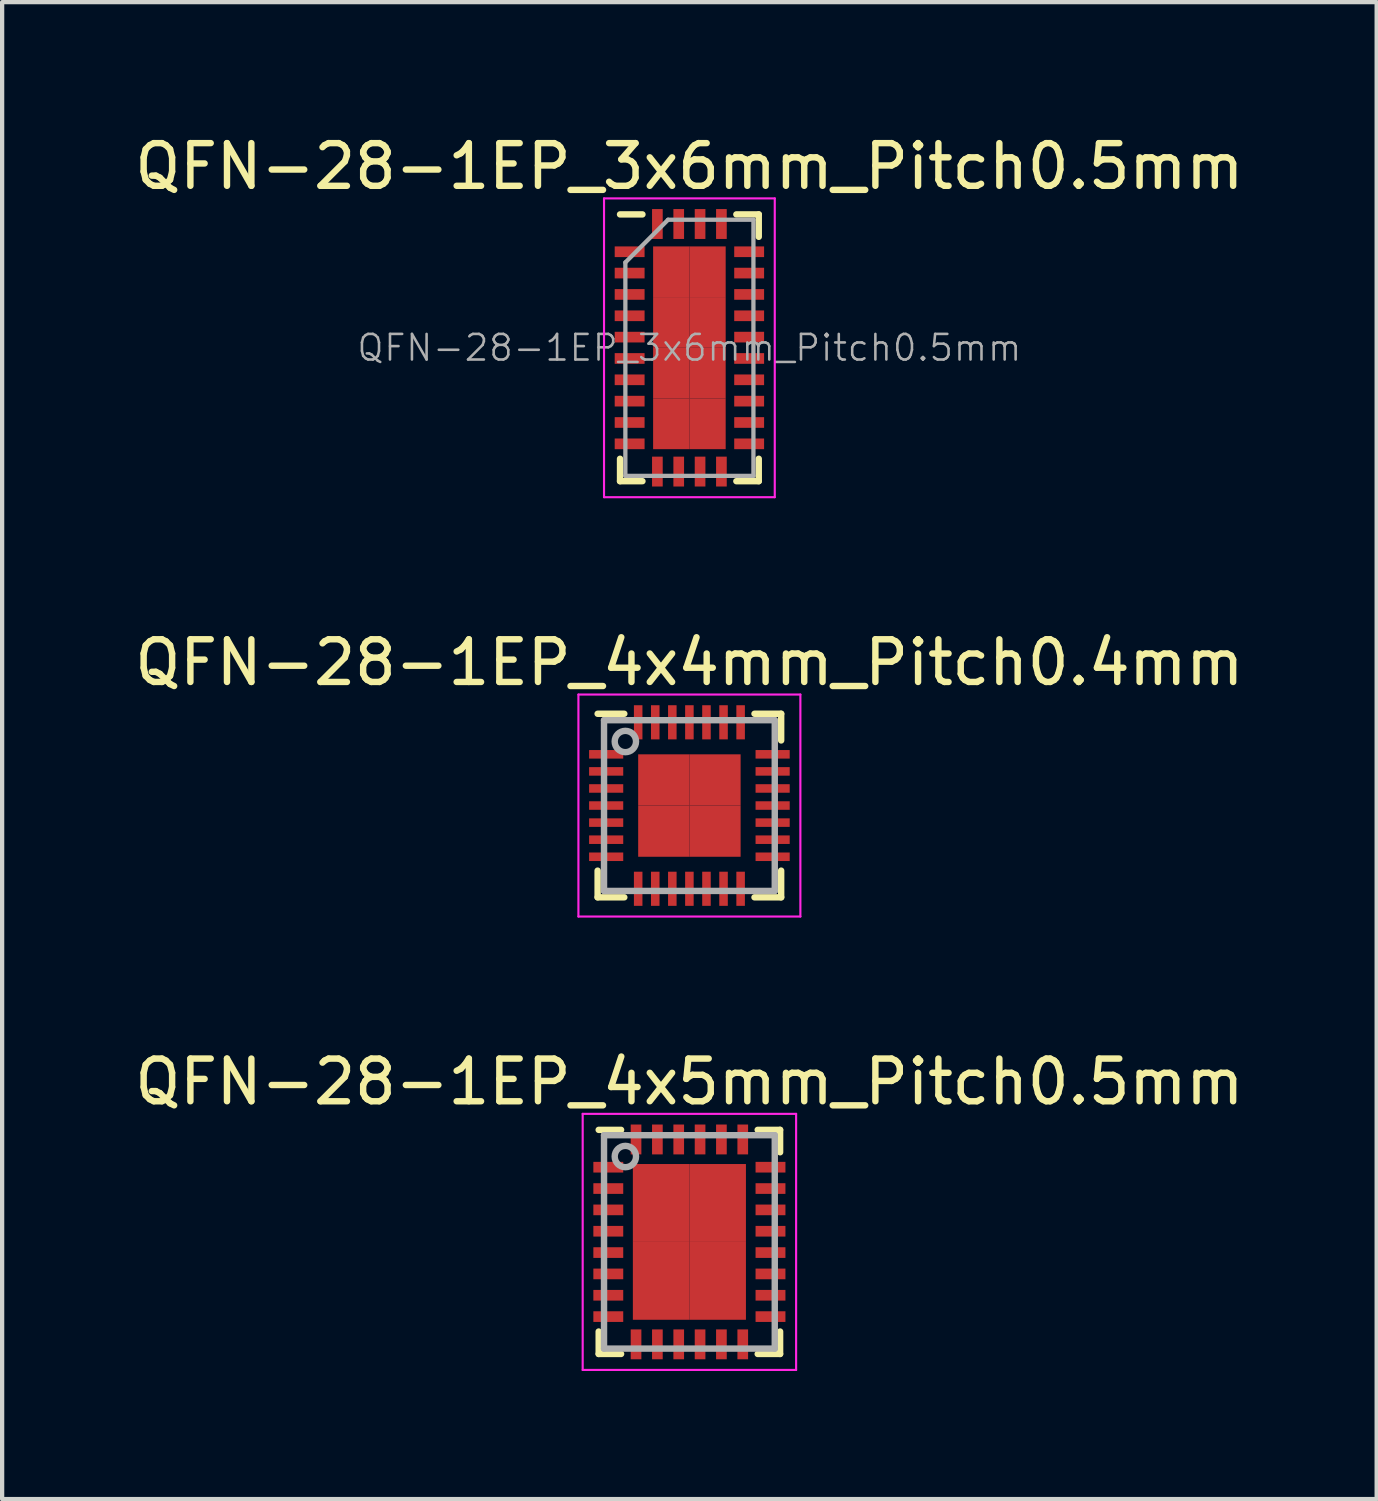
<source format=kicad_pcb>
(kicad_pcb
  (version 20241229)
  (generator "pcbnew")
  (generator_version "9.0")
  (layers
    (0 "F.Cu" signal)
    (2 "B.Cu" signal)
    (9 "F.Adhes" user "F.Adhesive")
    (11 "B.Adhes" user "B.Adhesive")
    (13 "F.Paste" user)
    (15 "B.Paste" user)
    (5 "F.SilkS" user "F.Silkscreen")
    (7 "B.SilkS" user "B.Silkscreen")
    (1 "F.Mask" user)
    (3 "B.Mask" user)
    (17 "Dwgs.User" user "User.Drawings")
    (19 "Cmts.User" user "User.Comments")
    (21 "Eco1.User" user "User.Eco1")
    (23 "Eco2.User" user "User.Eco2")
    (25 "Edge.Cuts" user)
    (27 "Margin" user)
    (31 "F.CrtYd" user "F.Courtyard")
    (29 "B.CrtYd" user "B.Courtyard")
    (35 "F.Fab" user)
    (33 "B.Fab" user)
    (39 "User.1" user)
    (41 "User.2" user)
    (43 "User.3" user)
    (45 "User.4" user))
  (footprint "QFN-28-1EP_4x5mm_Pitch0.5mm"
    (layer "F.Cu")
    (at 13.101 26.045)
    (property "Reference" "QFN-28-1EP_4x5mm_Pitch0.5mm" (at 0 -3.75 0) (layer "F.SilkS") (effects (font (size 1 1) (thickness 0.15))))
    (attr smd)
    (fp_line (start -2.125 -2.625) (end -1.6 -2.625) (stroke (width 0.15) (type solid)) (layer "F.SilkS"))
    (fp_line (start -2.125 2.625) (end -2.125 2.1) (stroke (width 0.15) (type solid)) (layer "F.SilkS"))
    (fp_line (start -2.125 2.625) (end -1.6 2.625) (stroke (width 0.15) (type solid)) (layer "F.SilkS"))
    (fp_line (start 2.125 -2.625) (end 1.6 -2.625) (stroke (width 0.15) (type solid)) (layer "F.SilkS"))
    (fp_line (start 2.125 -2.625) (end 2.125 -2.1) (stroke (width 0.15) (type solid)) (layer "F.SilkS"))
    (fp_line (start 2.125 2.625) (end 1.6 2.625) (stroke (width 0.15) (type solid)) (layer "F.SilkS"))
    (fp_line (start 2.125 2.625) (end 2.125 2.1) (stroke (width 0.15) (type solid)) (layer "F.SilkS"))
    (fp_line (start -2.5 -3) (end -2.5 3) (stroke (width 0.05) (type solid)) (layer "F.CrtYd"))
    (fp_line (start -2.5 -3) (end 2.5 -3) (stroke (width 0.05) (type solid)) (layer "F.CrtYd"))
    (fp_line (start -2.5 3) (end 2.5 3) (stroke (width 0.05) (type solid)) (layer "F.CrtYd"))
    (fp_line (start 2.5 -3) (end 2.5 3) (stroke (width 0.05) (type solid)) (layer "F.CrtYd"))
    (fp_line (start -2 -2.5) (end 2 -2.5) (stroke (width 0.15) (type solid)) (layer "F.Fab"))
    (fp_line (start -2 2.5) (end -2 -2.5) (stroke (width 0.15) (type solid)) (layer "F.Fab"))
    (fp_line (start 2 -2.5) (end 2 2.5) (stroke (width 0.15) (type solid)) (layer "F.Fab"))
    (fp_line (start 2 2.5) (end -2 2.5) (stroke (width 0.15) (type solid)) (layer "F.Fab"))
    (fp_circle (center -1.5 -2) (end -1.75 -2) (stroke (width 0.15) (type solid)) (fill no) (layer "F.Fab"))
    (pad "1" smd rect (at -1.9 -1.75) (size 0.7 0.25) (layers "F.Cu" "F.Mask" "F.Paste"))
    (pad "2" smd rect (at -1.9 -1.25) (size 0.7 0.25) (layers "F.Cu" "F.Mask" "F.Paste"))
    (pad "3" smd rect (at -1.9 -0.75) (size 0.7 0.25) (layers "F.Cu" "F.Mask" "F.Paste"))
    (pad "4" smd rect (at -1.9 -0.25) (size 0.7 0.25) (layers "F.Cu" "F.Mask" "F.Paste"))
    (pad "5" smd rect (at -1.9 0.25) (size 0.7 0.25) (layers "F.Cu" "F.Mask" "F.Paste"))
    (pad "6" smd rect (at -1.9 0.75) (size 0.7 0.25) (layers "F.Cu" "F.Mask" "F.Paste"))
    (pad "7" smd rect (at -1.9 1.25) (size 0.7 0.25) (layers "F.Cu" "F.Mask" "F.Paste"))
    (pad "8" smd rect (at -1.9 1.75) (size 0.7 0.25) (layers "F.Cu" "F.Mask" "F.Paste"))
    (pad "9" smd rect (at -1.25 2.4 90) (size 0.7 0.25) (layers "F.Cu" "F.Mask" "F.Paste"))
    (pad "10" smd rect (at -0.75 2.4 90) (size 0.7 0.25) (layers "F.Cu" "F.Mask" "F.Paste"))
    (pad "11" smd rect (at -0.25 2.4 90) (size 0.7 0.25) (layers "F.Cu" "F.Mask" "F.Paste"))
    (pad "12" smd rect (at 0.25 2.4 90) (size 0.7 0.25) (layers "F.Cu" "F.Mask" "F.Paste"))
    (pad "13" smd rect (at 0.75 2.4 90) (size 0.7 0.25) (layers "F.Cu" "F.Mask" "F.Paste"))
    (pad "14" smd rect (at 1.25 2.4 90) (size 0.7 0.25) (layers "F.Cu" "F.Mask" "F.Paste"))
    (pad "15" smd rect (at 1.9 1.75) (size 0.7 0.25) (layers "F.Cu" "F.Mask" "F.Paste"))
    (pad "16" smd rect (at 1.9 1.25) (size 0.7 0.25) (layers "F.Cu" "F.Mask" "F.Paste"))
    (pad "17" smd rect (at 1.9 0.75) (size 0.7 0.25) (layers "F.Cu" "F.Mask" "F.Paste"))
    (pad "18" smd rect (at 1.9 0.25) (size 0.7 0.25) (layers "F.Cu" "F.Mask" "F.Paste"))
    (pad "19" smd rect (at 1.9 -0.25) (size 0.7 0.25) (layers "F.Cu" "F.Mask" "F.Paste"))
    (pad "20" smd rect (at 1.9 -0.75) (size 0.7 0.25) (layers "F.Cu" "F.Mask" "F.Paste"))
    (pad "21" smd rect (at 1.9 -1.25) (size 0.7 0.25) (layers "F.Cu" "F.Mask" "F.Paste"))
    (pad "22" smd rect (at 1.9 -1.75) (size 0.7 0.25) (layers "F.Cu" "F.Mask" "F.Paste"))
    (pad "23" smd rect (at 1.25 -2.4 90) (size 0.7 0.25) (layers "F.Cu" "F.Mask" "F.Paste"))
    (pad "24" smd rect (at 0.75 -2.4 90) (size 0.7 0.25) (layers "F.Cu" "F.Mask" "F.Paste"))
    (pad "25" smd rect (at 0.25 -2.4 90) (size 0.7 0.25) (layers "F.Cu" "F.Mask" "F.Paste"))
    (pad "26" smd rect (at -0.25 -2.4 90) (size 0.7 0.25) (layers "F.Cu" "F.Mask" "F.Paste"))
    (pad "27" smd rect (at -0.75 -2.4 90) (size 0.7 0.25) (layers "F.Cu" "F.Mask" "F.Paste"))
    (pad "28" smd rect (at -1.25 -2.4 90) (size 0.7 0.25) (layers "F.Cu" "F.Mask" "F.Paste"))
    (pad "29" smd rect (at -0.662 -0.912) (size 1.325 1.825) (layers "F.Cu" "F.Mask" "F.Paste"))
    (pad "29" smd rect (at -0.662 0.912) (size 1.325 1.825) (layers "F.Cu" "F.Mask" "F.Paste"))
    (pad "29" smd rect (at 0.662 -0.912) (size 1.325 1.825) (layers "F.Cu" "F.Mask" "F.Paste"))
    (pad "29" smd rect (at 0.662 0.912) (size 1.325 1.825) (layers "F.Cu" "F.Mask" "F.Paste")))
  (footprint "QFN-28-1EP_3x6mm_Pitch0.5mm"
    (layer "F.Cu")
    (at 13.101 5.098)
    (property "Reference" "QFN-28-1EP_3x6mm_Pitch0.5mm" (at 0 -4.25 0) (layer "F.SilkS") (effects (font (size 1 1) (thickness 0.15))))
    (attr smd)
    (fp_line (start -1.625 -3.125) (end -1.1 -3.125) (stroke (width 0.15) (type solid)) (layer "F.SilkS"))
    (fp_line (start -1.625 3.125) (end -1.625 2.6) (stroke (width 0.15) (type solid)) (layer "F.SilkS"))
    (fp_line (start -1.625 3.125) (end -1.1 3.125) (stroke (width 0.15) (type solid)) (layer "F.SilkS"))
    (fp_line (start 1.625 -3.125) (end 1.1 -3.125) (stroke (width 0.15) (type solid)) (layer "F.SilkS"))
    (fp_line (start 1.625 -3.125) (end 1.625 -2.6) (stroke (width 0.15) (type solid)) (layer "F.SilkS"))
    (fp_line (start 1.625 3.125) (end 1.1 3.125) (stroke (width 0.15) (type solid)) (layer "F.SilkS"))
    (fp_line (start 1.625 3.125) (end 1.625 2.6) (stroke (width 0.15) (type solid)) (layer "F.SilkS"))
    (fp_line (start -2 -3.5) (end -2 3.5) (stroke (width 0.05) (type solid)) (layer "F.CrtYd"))
    (fp_line (start -2 -3.5) (end 2 -3.5) (stroke (width 0.05) (type solid)) (layer "F.CrtYd"))
    (fp_line (start -2 3.5) (end 2 3.5) (stroke (width 0.05) (type solid)) (layer "F.CrtYd"))
    (fp_line (start 2 -3.5) (end 2 3.5) (stroke (width 0.05) (type solid)) (layer "F.CrtYd"))
    (fp_line (start -1.5 -2) (end -0.5 -3) (stroke (width 0.1) (type solid)) (layer "F.Fab"))
    (fp_line (start -1.5 3) (end -1.5 -2) (stroke (width 0.1) (type solid)) (layer "F.Fab"))
    (fp_line (start -0.5 -3) (end 1.5 -3) (stroke (width 0.1) (type solid)) (layer "F.Fab"))
    (fp_line (start 1.5 -3) (end 1.5 3) (stroke (width 0.1) (type solid)) (layer "F.Fab"))
    (fp_line (start 1.5 3) (end -1.5 3) (stroke (width 0.1) (type solid)) (layer "F.Fab"))
    (fp_text user "${REFERENCE}" (at 0 0 0) (layer "F.Fab") (effects (font (size 0.6 0.6) (thickness 0.06))))
    (pad "1" smd rect (at -1.4 -2.25) (size 0.7 0.25) (layers "F.Cu" "F.Mask" "F.Paste"))
    (pad "2" smd rect (at -1.4 -1.75) (size 0.7 0.25) (layers "F.Cu" "F.Mask" "F.Paste"))
    (pad "3" smd rect (at -1.4 -1.25) (size 0.7 0.25) (layers "F.Cu" "F.Mask" "F.Paste"))
    (pad "4" smd rect (at -1.4 -0.75) (size 0.7 0.25) (layers "F.Cu" "F.Mask" "F.Paste"))
    (pad "5" smd rect (at -1.4 -0.25) (size 0.7 0.25) (layers "F.Cu" "F.Mask" "F.Paste"))
    (pad "6" smd rect (at -1.4 0.25) (size 0.7 0.25) (layers "F.Cu" "F.Mask" "F.Paste"))
    (pad "7" smd rect (at -1.4 0.75) (size 0.7 0.25) (layers "F.Cu" "F.Mask" "F.Paste"))
    (pad "8" smd rect (at -1.4 1.25) (size 0.7 0.25) (layers "F.Cu" "F.Mask" "F.Paste"))
    (pad "9" smd rect (at -1.4 1.75) (size 0.7 0.25) (layers "F.Cu" "F.Mask" "F.Paste"))
    (pad "10" smd rect (at -1.4 2.25) (size 0.7 0.25) (layers "F.Cu" "F.Mask" "F.Paste"))
    (pad "11" smd rect (at -0.75 2.9 90) (size 0.7 0.25) (layers "F.Cu" "F.Mask" "F.Paste"))
    (pad "12" smd rect (at -0.25 2.9 90) (size 0.7 0.25) (layers "F.Cu" "F.Mask" "F.Paste"))
    (pad "13" smd rect (at 0.25 2.9 90) (size 0.7 0.25) (layers "F.Cu" "F.Mask" "F.Paste"))
    (pad "14" smd rect (at 0.75 2.9 90) (size 0.7 0.25) (layers "F.Cu" "F.Mask" "F.Paste"))
    (pad "15" smd rect (at 1.4 2.25) (size 0.7 0.25) (layers "F.Cu" "F.Mask" "F.Paste"))
    (pad "16" smd rect (at 1.4 1.75) (size 0.7 0.25) (layers "F.Cu" "F.Mask" "F.Paste"))
    (pad "17" smd rect (at 1.4 1.25) (size 0.7 0.25) (layers "F.Cu" "F.Mask" "F.Paste"))
    (pad "18" smd rect (at 1.4 0.75) (size 0.7 0.25) (layers "F.Cu" "F.Mask" "F.Paste"))
    (pad "19" smd rect (at 1.4 0.25) (size 0.7 0.25) (layers "F.Cu" "F.Mask" "F.Paste"))
    (pad "20" smd rect (at 1.4 -0.25) (size 0.7 0.25) (layers "F.Cu" "F.Mask" "F.Paste"))
    (pad "21" smd rect (at 1.4 -0.75) (size 0.7 0.25) (layers "F.Cu" "F.Mask" "F.Paste"))
    (pad "22" smd rect (at 1.4 -1.25) (size 0.7 0.25) (layers "F.Cu" "F.Mask" "F.Paste"))
    (pad "23" smd rect (at 1.4 -1.75) (size 0.7 0.25) (layers "F.Cu" "F.Mask" "F.Paste"))
    (pad "24" smd rect (at 1.4 -2.25) (size 0.7 0.25) (layers "F.Cu" "F.Mask" "F.Paste"))
    (pad "25" smd rect (at 0.75 -2.9 90) (size 0.7 0.25) (layers "F.Cu" "F.Mask" "F.Paste"))
    (pad "26" smd rect (at 0.25 -2.9 90) (size 0.7 0.25) (layers "F.Cu" "F.Mask" "F.Paste"))
    (pad "27" smd rect (at -0.25 -2.9 90) (size 0.7 0.25) (layers "F.Cu" "F.Mask" "F.Paste"))
    (pad "28" smd rect (at -0.75 -2.9 90) (size 0.7 0.25) (layers "F.Cu" "F.Mask" "F.Paste"))
    (pad "29" smd rect (at -0.425 -1.781) (size 0.85 1.188) (layers "F.Cu" "F.Mask" "F.Paste"))
    (pad "29" smd rect (at -0.425 -0.594) (size 0.85 1.188) (layers "F.Cu" "F.Mask" "F.Paste"))
    (pad "29" smd rect (at -0.425 0.594) (size 0.85 1.188) (layers "F.Cu" "F.Mask" "F.Paste"))
    (pad "29" smd rect (at -0.425 1.781) (size 0.85 1.188) (layers "F.Cu" "F.Mask" "F.Paste"))
    (pad "29" smd rect (at 0.425 -1.781) (size 0.85 1.188) (layers "F.Cu" "F.Mask" "F.Paste"))
    (pad "29" smd rect (at 0.425 -0.594) (size 0.85 1.188) (layers "F.Cu" "F.Mask" "F.Paste"))
    (pad "29" smd rect (at 0.425 0.594) (size 0.85 1.188) (layers "F.Cu" "F.Mask" "F.Paste"))
    (pad "29" smd rect (at 0.425 1.781) (size 0.85 1.188) (layers "F.Cu" "F.Mask" "F.Paste")))
  (footprint "QFN-28-1EP_4x4mm_Pitch0.4mm"
    (layer "F.Cu")
    (at 13.101 15.822)
    (property "Reference" "QFN-28-1EP_4x4mm_Pitch0.4mm" (at 0 -3.35 0) (layer "F.SilkS") (effects (font (size 1 1) (thickness 0.15))))
    (attr smd)
    (fp_line (start -2.15 -2.15) (end -1.525 -2.15) (stroke (width 0.15) (type solid)) (layer "F.SilkS"))
    (fp_line (start -2.15 2.15) (end -2.15 1.525) (stroke (width 0.15) (type solid)) (layer "F.SilkS"))
    (fp_line (start -2.15 2.15) (end -1.525 2.15) (stroke (width 0.15) (type solid)) (layer "F.SilkS"))
    (fp_line (start 2.15 -2.15) (end 1.525 -2.15) (stroke (width 0.15) (type solid)) (layer "F.SilkS"))
    (fp_line (start 2.15 -2.15) (end 2.15 -1.525) (stroke (width 0.15) (type solid)) (layer "F.SilkS"))
    (fp_line (start 2.15 2.15) (end 1.525 2.15) (stroke (width 0.15) (type solid)) (layer "F.SilkS"))
    (fp_line (start 2.15 2.15) (end 2.15 1.525) (stroke (width 0.15) (type solid)) (layer "F.SilkS"))
    (fp_line (start -2.6 -2.6) (end -2.6 2.6) (stroke (width 0.05) (type solid)) (layer "F.CrtYd"))
    (fp_line (start -2.6 -2.6) (end 2.6 -2.6) (stroke (width 0.05) (type solid)) (layer "F.CrtYd"))
    (fp_line (start -2.6 2.6) (end 2.6 2.6) (stroke (width 0.05) (type solid)) (layer "F.CrtYd"))
    (fp_line (start 2.6 -2.6) (end 2.6 2.6) (stroke (width 0.05) (type solid)) (layer "F.CrtYd"))
    (fp_line (start -2 -2) (end 2 -2) (stroke (width 0.15) (type solid)) (layer "F.Fab"))
    (fp_line (start -2 2) (end -2 -2) (stroke (width 0.15) (type solid)) (layer "F.Fab"))
    (fp_line (start 2 -2) (end 2 2) (stroke (width 0.15) (type solid)) (layer "F.Fab"))
    (fp_line (start 2 2) (end -2 2) (stroke (width 0.15) (type solid)) (layer "F.Fab"))
    (fp_circle (center -1.5 -1.5) (end -1.75 -1.5) (stroke (width 0.15) (type solid)) (fill no) (layer "F.Fab"))
    (pad "1" smd rect (at -1.95 -1.2) (size 0.8 0.2) (layers "F.Cu" "F.Mask" "F.Paste"))
    (pad "2" smd rect (at -1.95 -0.8) (size 0.8 0.2) (layers "F.Cu" "F.Mask" "F.Paste"))
    (pad "3" smd rect (at -1.95 -0.4) (size 0.8 0.2) (layers "F.Cu" "F.Mask" "F.Paste"))
    (pad "4" smd rect (at -1.95 0) (size 0.8 0.2) (layers "F.Cu" "F.Mask" "F.Paste"))
    (pad "5" smd rect (at -1.95 0.4) (size 0.8 0.2) (layers "F.Cu" "F.Mask" "F.Paste"))
    (pad "6" smd rect (at -1.95 0.8) (size 0.8 0.2) (layers "F.Cu" "F.Mask" "F.Paste"))
    (pad "7" smd rect (at -1.95 1.2) (size 0.8 0.2) (layers "F.Cu" "F.Mask" "F.Paste"))
    (pad "8" smd rect (at -1.2 1.95 90) (size 0.8 0.2) (layers "F.Cu" "F.Mask" "F.Paste"))
    (pad "9" smd rect (at -0.8 1.95 90) (size 0.8 0.2) (layers "F.Cu" "F.Mask" "F.Paste"))
    (pad "10" smd rect (at -0.4 1.95 90) (size 0.8 0.2) (layers "F.Cu" "F.Mask" "F.Paste"))
    (pad "11" smd rect (at 0 1.95 90) (size 0.8 0.2) (layers "F.Cu" "F.Mask" "F.Paste"))
    (pad "12" smd rect (at 0.4 1.95 90) (size 0.8 0.2) (layers "F.Cu" "F.Mask" "F.Paste"))
    (pad "13" smd rect (at 0.8 1.95 90) (size 0.8 0.2) (layers "F.Cu" "F.Mask" "F.Paste"))
    (pad "14" smd rect (at 1.2 1.95 90) (size 0.8 0.2) (layers "F.Cu" "F.Mask" "F.Paste"))
    (pad "15" smd rect (at 1.95 1.2) (size 0.8 0.2) (layers "F.Cu" "F.Mask" "F.Paste"))
    (pad "16" smd rect (at 1.95 0.8) (size 0.8 0.2) (layers "F.Cu" "F.Mask" "F.Paste"))
    (pad "17" smd rect (at 1.95 0.4) (size 0.8 0.2) (layers "F.Cu" "F.Mask" "F.Paste"))
    (pad "18" smd rect (at 1.95 0) (size 0.8 0.2) (layers "F.Cu" "F.Mask" "F.Paste"))
    (pad "19" smd rect (at 1.95 -0.4) (size 0.8 0.2) (layers "F.Cu" "F.Mask" "F.Paste"))
    (pad "20" smd rect (at 1.95 -0.8) (size 0.8 0.2) (layers "F.Cu" "F.Mask" "F.Paste"))
    (pad "21" smd rect (at 1.95 -1.2) (size 0.8 0.2) (layers "F.Cu" "F.Mask" "F.Paste"))
    (pad "22" smd rect (at 1.2 -1.95 90) (size 0.8 0.2) (layers "F.Cu" "F.Mask" "F.Paste"))
    (pad "23" smd rect (at 0.8 -1.95 90) (size 0.8 0.2) (layers "F.Cu" "F.Mask" "F.Paste"))
    (pad "24" smd rect (at 0.4 -1.95 90) (size 0.8 0.2) (layers "F.Cu" "F.Mask" "F.Paste"))
    (pad "25" smd rect (at 0 -1.95 90) (size 0.8 0.2) (layers "F.Cu" "F.Mask" "F.Paste"))
    (pad "26" smd rect (at -0.4 -1.95 90) (size 0.8 0.2) (layers "F.Cu" "F.Mask" "F.Paste"))
    (pad "27" smd rect (at -0.8 -1.95 90) (size 0.8 0.2) (layers "F.Cu" "F.Mask" "F.Paste"))
    (pad "28" smd rect (at -1.2 -1.95 90) (size 0.8 0.2) (layers "F.Cu" "F.Mask" "F.Paste"))
    (pad "29" smd rect (at -0.6 -0.6) (size 1.2 1.2) (layers "F.Cu" "F.Mask" "F.Paste"))
    (pad "29" smd rect (at -0.6 0.6) (size 1.2 1.2) (layers "F.Cu" "F.Mask" "F.Paste"))
    (pad "29" smd rect (at 0.6 -0.6) (size 1.2 1.2) (layers "F.Cu" "F.Mask" "F.Paste"))
    (pad "29" smd rect (at 0.6 0.6) (size 1.2 1.2) (layers "F.Cu" "F.Mask" "F.Paste")))
  (gr_rect
    (start -3 -3)
    (end 29.202 32.07)
    (stroke (width 0.1) (type default))
    (fill no)
    (layer "Edge.Cuts")))
</source>
